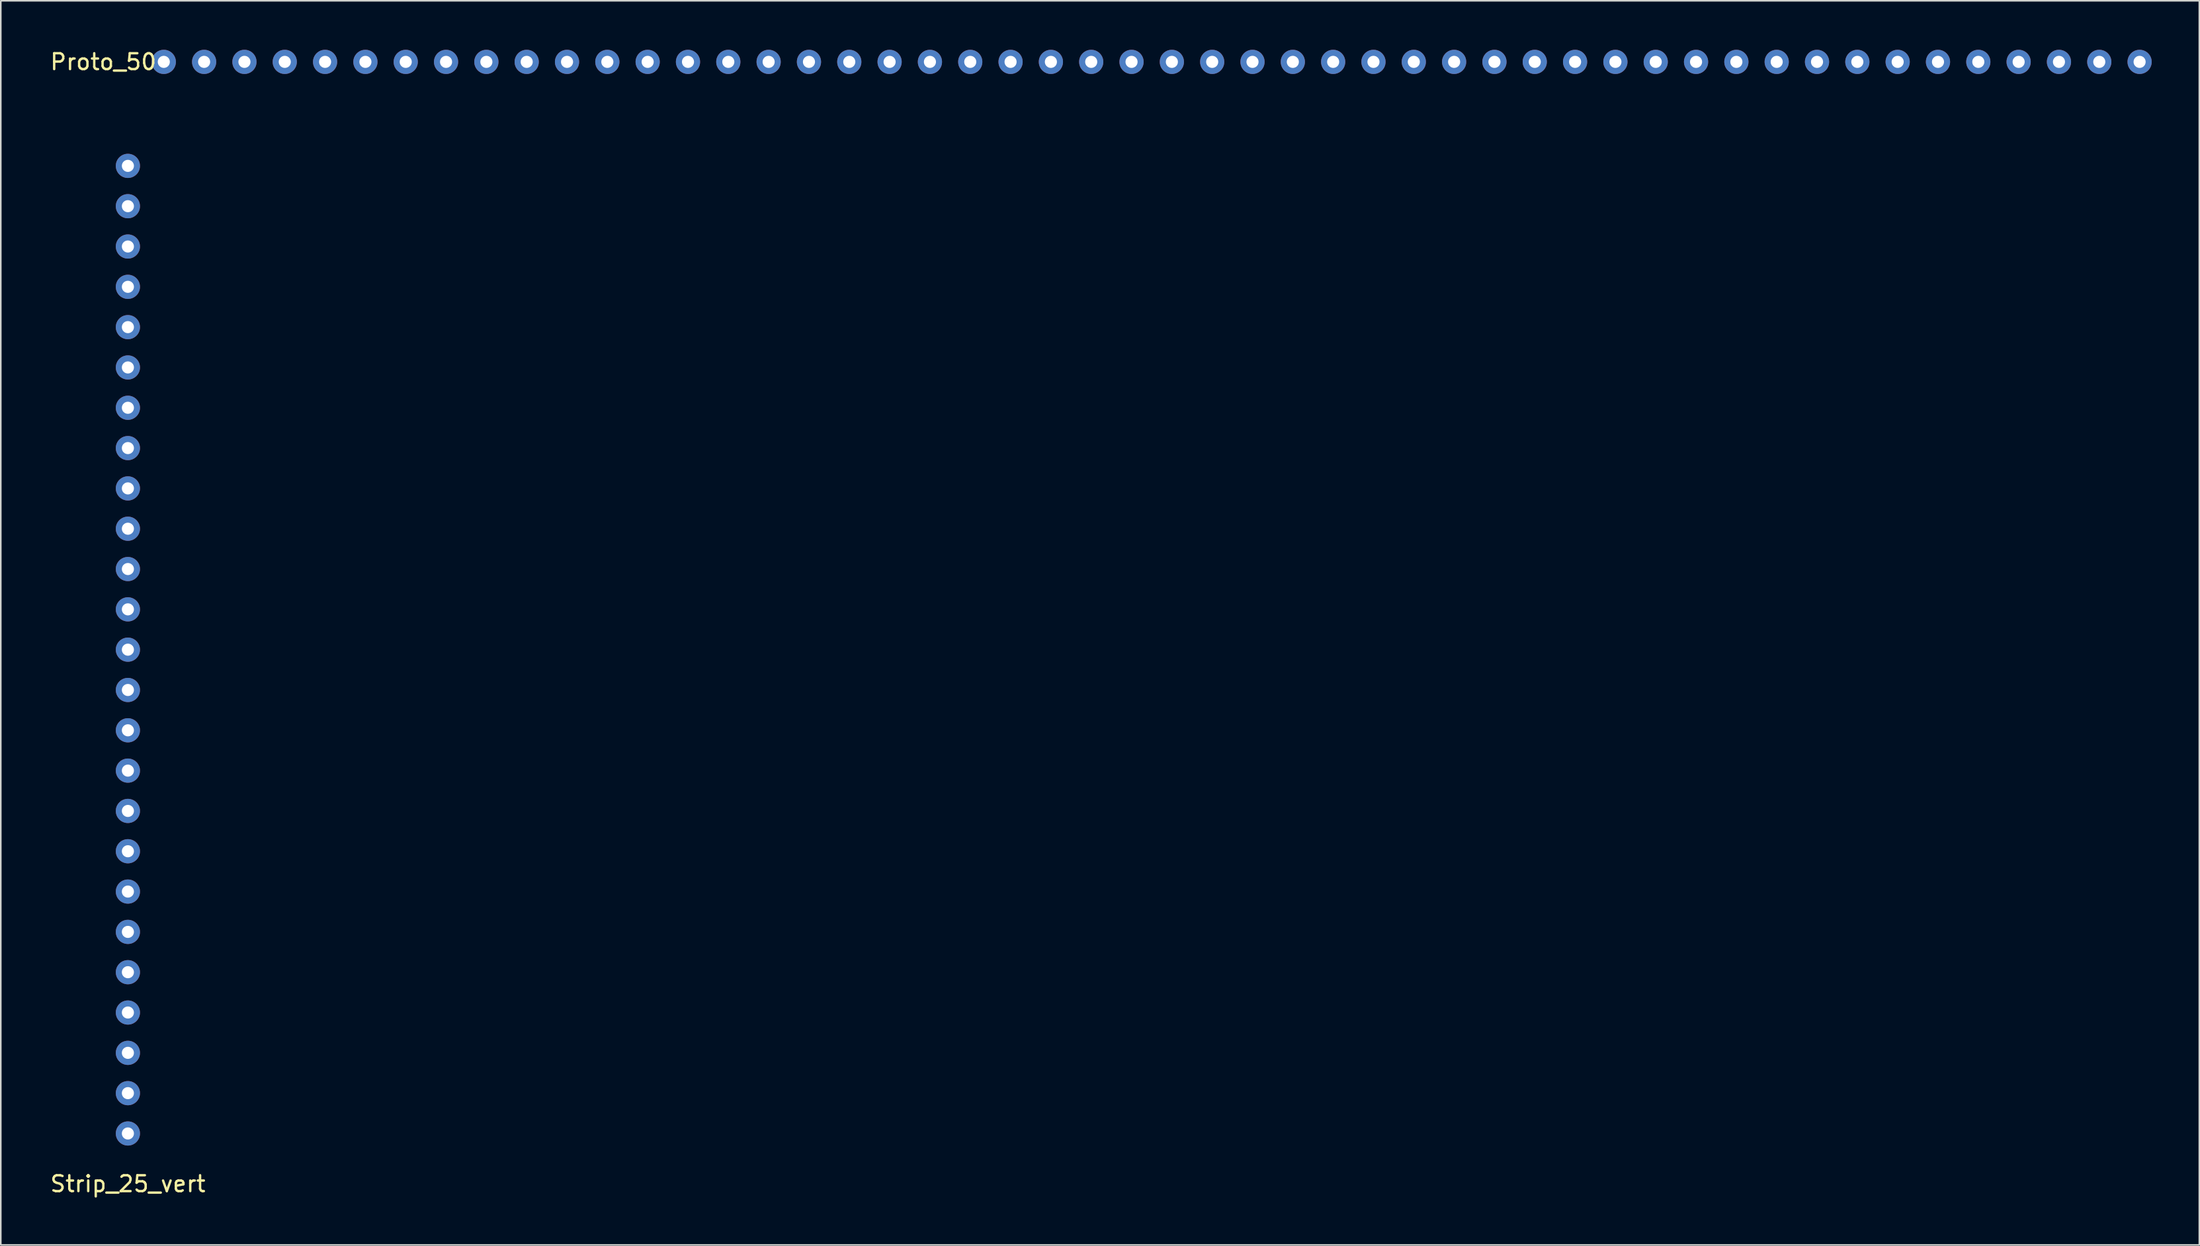
<source format=kicad_pcb>
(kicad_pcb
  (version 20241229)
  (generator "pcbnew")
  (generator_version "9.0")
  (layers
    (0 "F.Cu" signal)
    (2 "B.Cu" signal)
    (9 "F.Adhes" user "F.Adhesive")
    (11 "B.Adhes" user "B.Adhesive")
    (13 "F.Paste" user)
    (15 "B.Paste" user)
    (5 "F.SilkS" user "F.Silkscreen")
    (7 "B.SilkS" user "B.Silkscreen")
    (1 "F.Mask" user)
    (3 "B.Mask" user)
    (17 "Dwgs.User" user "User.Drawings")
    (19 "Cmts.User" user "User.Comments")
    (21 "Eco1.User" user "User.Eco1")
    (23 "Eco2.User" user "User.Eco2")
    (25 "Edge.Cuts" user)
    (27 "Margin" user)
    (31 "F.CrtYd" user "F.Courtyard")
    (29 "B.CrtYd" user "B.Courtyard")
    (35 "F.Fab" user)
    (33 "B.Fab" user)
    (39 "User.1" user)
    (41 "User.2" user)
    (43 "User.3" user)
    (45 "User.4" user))
  (footprint "Strip_25_vert"
    (layer "F.Cu")
    (at 5.006 37.88)
    (property "Reference" "Strip_25_vert" (at 0 33.655 180) (layer "F.SilkS") (effects (font (size 1 1) (thickness 0.15))))
    (attr through_hole)
    (pad "1" thru_hole circle (at 0 -30.48 90) (size 1.524 1.524) (drill 0.762) (layers "*.Cu" "*.Mask"))
    (pad "1" thru_hole circle (at 0 -27.94 90) (size 1.524 1.524) (drill 0.762) (layers "*.Cu" "*.Mask"))
    (pad "1" thru_hole circle (at 0 -25.4 90) (size 1.524 1.524) (drill 0.762) (layers "*.Cu" "*.Mask"))
    (pad "1" thru_hole circle (at 0 -22.86 90) (size 1.524 1.524) (drill 0.762) (layers "*.Cu" "*.Mask"))
    (pad "1" thru_hole circle (at 0 -20.32 90) (size 1.524 1.524) (drill 0.762) (layers "*.Cu" "*.Mask"))
    (pad "1" thru_hole circle (at 0 -17.78 90) (size 1.524 1.524) (drill 0.762) (layers "*.Cu" "*.Mask"))
    (pad "1" thru_hole circle (at 0 -15.24 90) (size 1.524 1.524) (drill 0.762) (layers "*.Cu" "*.Mask"))
    (pad "1" thru_hole circle (at 0 -12.7 90) (size 1.524 1.524) (drill 0.762) (layers "*.Cu" "*.Mask"))
    (pad "1" thru_hole circle (at 0 -10.16 90) (size 1.524 1.524) (drill 0.762) (layers "*.Cu" "*.Mask"))
    (pad "1" thru_hole circle (at 0 -7.62 90) (size 1.524 1.524) (drill 0.762) (layers "*.Cu" "*.Mask"))
    (pad "1" thru_hole circle (at 0 -5.08 90) (size 1.524 1.524) (drill 0.762) (layers "*.Cu" "*.Mask"))
    (pad "1" thru_hole circle (at 0 -2.54 90) (size 1.524 1.524) (drill 0.762) (layers "*.Cu" "*.Mask"))
    (pad "1" thru_hole circle (at 0 0 90) (size 1.524 1.524) (drill 0.762) (layers "*.Cu" "*.Mask"))
    (pad "1" thru_hole circle (at 0 2.54 90) (size 1.524 1.524) (drill 0.762) (layers "*.Cu" "*.Mask"))
    (pad "1" thru_hole circle (at 0 5.08 90) (size 1.524 1.524) (drill 0.762) (layers "*.Cu" "*.Mask"))
    (pad "1" thru_hole circle (at 0 7.62 90) (size 1.524 1.524) (drill 0.762) (layers "*.Cu" "*.Mask"))
    (pad "1" thru_hole circle (at 0 10.16 90) (size 1.524 1.524) (drill 0.762) (layers "*.Cu" "*.Mask"))
    (pad "1" thru_hole circle (at 0 12.7 90) (size 1.524 1.524) (drill 0.762) (layers "*.Cu" "*.Mask"))
    (pad "1" thru_hole circle (at 0 15.24 90) (size 1.524 1.524) (drill 0.762) (layers "*.Cu" "*.Mask"))
    (pad "1" thru_hole circle (at 0 17.78 90) (size 1.524 1.524) (drill 0.762) (layers "*.Cu" "*.Mask"))
    (pad "1" thru_hole circle (at 0 20.32 90) (size 1.524 1.524) (drill 0.762) (layers "*.Cu" "*.Mask"))
    (pad "1" thru_hole circle (at 0 22.86 90) (size 1.524 1.524) (drill 0.762) (layers "*.Cu" "*.Mask"))
    (pad "1" thru_hole circle (at 0 25.4 90) (size 1.524 1.524) (drill 0.762) (layers "*.Cu" "*.Mask"))
    (pad "1" thru_hole circle (at 0 27.94 90) (size 1.524 1.524) (drill 0.762) (layers "*.Cu" "*.Mask"))
    (pad "1" thru_hole circle (at 0 30.48 90) (size 1.524 1.524) (drill 0.762) (layers "*.Cu" "*.Mask")))
  (footprint "Proto_50"
    (layer "F.Cu")
    (at 69.498 3.388)
    (property "Reference" "Proto_50" (at -66.04 -2.54 0) (layer "F.SilkS") (effects (font (size 1 1) (thickness 0.15))))
    (attr through_hole)
    (pad "" thru_hole circle (at -59.69 -2.54) (size 1.524 1.524) (drill 0.762) (layers "*.Cu" "*.Mask"))
    (pad "" thru_hole circle (at -57.15 -2.54) (size 1.524 1.524) (drill 0.762) (layers "*.Cu" "*.Mask"))
    (pad "" thru_hole circle (at -54.61 -2.54) (size 1.524 1.524) (drill 0.762) (layers "*.Cu" "*.Mask"))
    (pad "" thru_hole circle (at -52.07 -2.54) (size 1.524 1.524) (drill 0.762) (layers "*.Cu" "*.Mask"))
    (pad "" thru_hole circle (at -49.53 -2.54) (size 1.524 1.524) (drill 0.762) (layers "*.Cu" "*.Mask"))
    (pad "" thru_hole circle (at -46.99 -2.54) (size 1.524 1.524) (drill 0.762) (layers "*.Cu" "*.Mask"))
    (pad "" thru_hole circle (at -44.45 -2.54) (size 1.524 1.524) (drill 0.762) (layers "*.Cu" "*.Mask"))
    (pad "" thru_hole circle (at -41.91 -2.54) (size 1.524 1.524) (drill 0.762) (layers "*.Cu" "*.Mask"))
    (pad "" thru_hole circle (at -39.37 -2.54) (size 1.524 1.524) (drill 0.762) (layers "*.Cu" "*.Mask"))
    (pad "" thru_hole circle (at -36.83 -2.54) (size 1.524 1.524) (drill 0.762) (layers "*.Cu" "*.Mask"))
    (pad "" thru_hole circle (at -34.29 -2.54) (size 1.524 1.524) (drill 0.762) (layers "*.Cu" "*.Mask"))
    (pad "" thru_hole circle (at -31.75 -2.54) (size 1.524 1.524) (drill 0.762) (layers "*.Cu" "*.Mask"))
    (pad "" thru_hole circle (at -29.21 -2.54) (size 1.524 1.524) (drill 0.762) (layers "*.Cu" "*.Mask"))
    (pad "" thru_hole circle (at -26.67 -2.54) (size 1.524 1.524) (drill 0.762) (layers "*.Cu" "*.Mask"))
    (pad "" thru_hole circle (at -24.13 -2.54) (size 1.524 1.524) (drill 0.762) (layers "*.Cu" "*.Mask"))
    (pad "" thru_hole circle (at -21.59 -2.54) (size 1.524 1.524) (drill 0.762) (layers "*.Cu" "*.Mask"))
    (pad "" thru_hole circle (at -19.05 -2.54) (size 1.524 1.524) (drill 0.762) (layers "*.Cu" "*.Mask"))
    (pad "" thru_hole circle (at -16.51 -2.54) (size 1.524 1.524) (drill 0.762) (layers "*.Cu" "*.Mask"))
    (pad "" thru_hole circle (at -13.97 -2.54) (size 1.524 1.524) (drill 0.762) (layers "*.Cu" "*.Mask"))
    (pad "" thru_hole circle (at -11.43 -2.54) (size 1.524 1.524) (drill 0.762) (layers "*.Cu" "*.Mask"))
    (pad "" thru_hole circle (at -8.89 -2.54) (size 1.524 1.524) (drill 0.762) (layers "*.Cu" "*.Mask"))
    (pad "" thru_hole circle (at -6.35 -2.54) (size 1.524 1.524) (drill 0.762) (layers "*.Cu" "*.Mask"))
    (pad "" thru_hole circle (at -3.81 -2.54) (size 1.524 1.524) (drill 0.762) (layers "*.Cu" "*.Mask"))
    (pad "" thru_hole circle (at -1.27 -2.54) (size 1.524 1.524) (drill 0.762) (layers "*.Cu" "*.Mask"))
    (pad "" thru_hole circle (at 1.27 -2.54) (size 1.524 1.524) (drill 0.762) (layers "*.Cu" "*.Mask"))
    (pad "" thru_hole circle (at 3.81 -2.54) (size 1.524 1.524) (drill 0.762) (layers "*.Cu" "*.Mask"))
    (pad "" thru_hole circle (at 6.35 -2.54) (size 1.524 1.524) (drill 0.762) (layers "*.Cu" "*.Mask"))
    (pad "" thru_hole circle (at 8.89 -2.54) (size 1.524 1.524) (drill 0.762) (layers "*.Cu" "*.Mask"))
    (pad "" thru_hole circle (at 11.43 -2.54) (size 1.524 1.524) (drill 0.762) (layers "*.Cu" "*.Mask"))
    (pad "" thru_hole circle (at 13.97 -2.54) (size 1.524 1.524) (drill 0.762) (layers "*.Cu" "*.Mask"))
    (pad "" thru_hole circle (at 16.51 -2.54) (size 1.524 1.524) (drill 0.762) (layers "*.Cu" "*.Mask"))
    (pad "" thru_hole circle (at 19.05 -2.54) (size 1.524 1.524) (drill 0.762) (layers "*.Cu" "*.Mask"))
    (pad "" thru_hole circle (at 21.59 -2.54) (size 1.524 1.524) (drill 0.762) (layers "*.Cu" "*.Mask"))
    (pad "" thru_hole circle (at 24.13 -2.54) (size 1.524 1.524) (drill 0.762) (layers "*.Cu" "*.Mask"))
    (pad "" thru_hole circle (at 26.67 -2.54) (size 1.524 1.524) (drill 0.762) (layers "*.Cu" "*.Mask"))
    (pad "" thru_hole circle (at 29.21 -2.54) (size 1.524 1.524) (drill 0.762) (layers "*.Cu" "*.Mask"))
    (pad "" thru_hole circle (at 31.75 -2.54) (size 1.524 1.524) (drill 0.762) (layers "*.Cu" "*.Mask"))
    (pad "" thru_hole circle (at 34.29 -2.54) (size 1.524 1.524) (drill 0.762) (layers "*.Cu" "*.Mask"))
    (pad "" thru_hole circle (at 36.83 -2.54) (size 1.524 1.524) (drill 0.762) (layers "*.Cu" "*.Mask"))
    (pad "" thru_hole circle (at 39.37 -2.54) (size 1.524 1.524) (drill 0.762) (layers "*.Cu" "*.Mask"))
    (pad "" thru_hole circle (at 41.91 -2.54) (size 1.524 1.524) (drill 0.762) (layers "*.Cu" "*.Mask"))
    (pad "" thru_hole circle (at 44.45 -2.54) (size 1.524 1.524) (drill 0.762) (layers "*.Cu" "*.Mask"))
    (pad "" thru_hole circle (at 46.99 -2.54) (size 1.524 1.524) (drill 0.762) (layers "*.Cu" "*.Mask"))
    (pad "" thru_hole circle (at 49.53 -2.54) (size 1.524 1.524) (drill 0.762) (layers "*.Cu" "*.Mask"))
    (pad "" thru_hole circle (at 52.07 -2.54) (size 1.524 1.524) (drill 0.762) (layers "*.Cu" "*.Mask"))
    (pad "" thru_hole circle (at 54.61 -2.54) (size 1.524 1.524) (drill 0.762) (layers "*.Cu" "*.Mask"))
    (pad "" thru_hole circle (at 57.15 -2.54) (size 1.524 1.524) (drill 0.762) (layers "*.Cu" "*.Mask"))
    (pad "" thru_hole circle (at 59.69 -2.54) (size 1.524 1.524) (drill 0.762) (layers "*.Cu" "*.Mask"))
    (pad "" thru_hole circle (at 62.23 -2.54) (size 1.524 1.524) (drill 0.762) (layers "*.Cu" "*.Mask"))
    (pad "1" thru_hole circle (at -62.23 -2.54) (size 1.524 1.524) (drill 0.762) (layers "*.Cu" "*.Mask")))
  (gr_rect
    (start -3 -3)
    (end 135.49 75.383)
    (stroke (width 0.1) (type default))
    (fill no)
    (layer "Edge.Cuts")))
</source>
